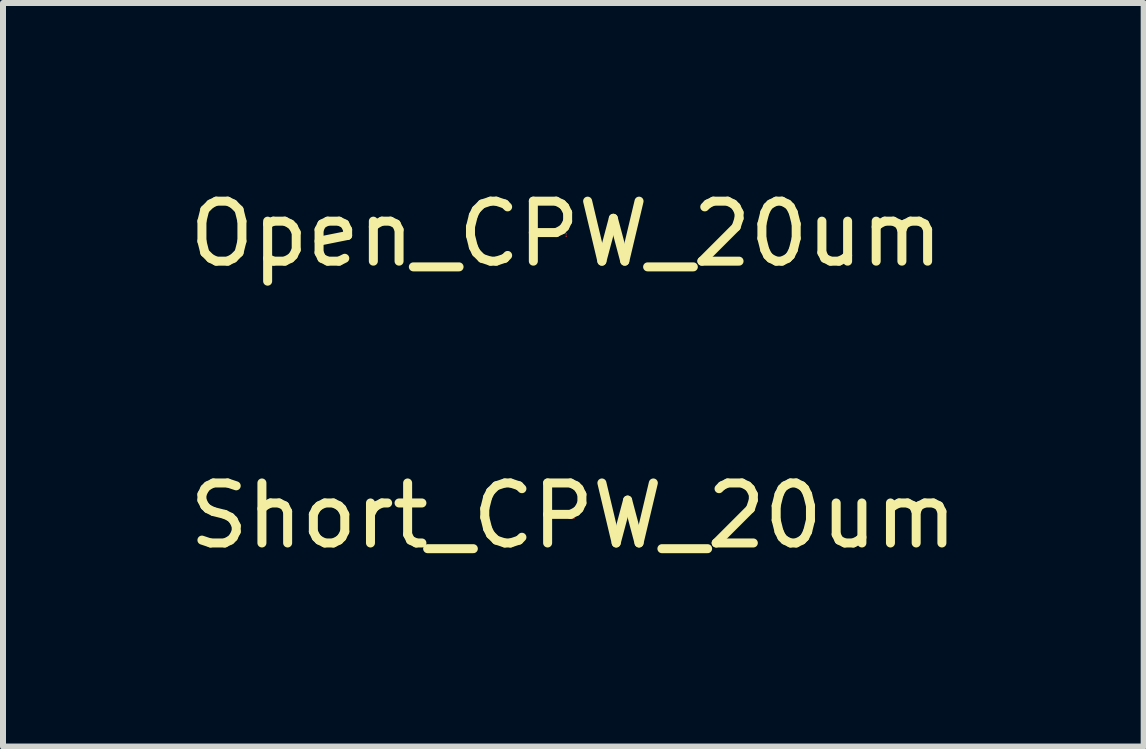
<source format=kicad_pcb>
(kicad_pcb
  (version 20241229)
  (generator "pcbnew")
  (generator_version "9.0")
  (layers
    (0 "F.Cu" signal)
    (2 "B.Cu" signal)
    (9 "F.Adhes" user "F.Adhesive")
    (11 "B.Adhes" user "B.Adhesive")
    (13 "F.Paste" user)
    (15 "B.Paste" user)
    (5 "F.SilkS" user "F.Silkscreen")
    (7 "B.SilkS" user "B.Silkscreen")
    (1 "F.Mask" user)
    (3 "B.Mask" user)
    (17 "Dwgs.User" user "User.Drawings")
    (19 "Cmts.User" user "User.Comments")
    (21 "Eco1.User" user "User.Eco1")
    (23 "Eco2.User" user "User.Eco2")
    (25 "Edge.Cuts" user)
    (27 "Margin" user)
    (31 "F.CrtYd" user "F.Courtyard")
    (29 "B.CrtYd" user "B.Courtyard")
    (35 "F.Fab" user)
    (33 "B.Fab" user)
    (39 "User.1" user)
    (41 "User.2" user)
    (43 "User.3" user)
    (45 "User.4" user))
  (footprint "Short_CPW_20um"
    (layer "F.Cu")
    (at 6.506 5.545)
    (property "Reference" "Short_CPW_20um" (at 0 0 0) (layer "F.SilkS") (effects (font (size 1 1) (thickness 0.15))))
    (attr through_hole)
    (pad "1" smd rect (at 0 0) (size 0.02 0.02) (layers "F.Cu" "F.Mask" "F.Paste"))
    (pad "2" smd rect (at 0 0.03) (size 0.042 0.042) (layers "F.Cu" "F.Mask" "F.Paste")))
  (footprint "Open_CPW_20um"
    (layer "F.Cu")
    (at 6.387 0.848)
    (property "Reference" "Open_CPW_20um" (at 0 0 0) (layer "F.SilkS") (effects (font (size 1 1) (thickness 0.15))))
    (attr through_hole)
    (pad "1" smd rect (at 0 0) (size 0.02 0.02) (layers "F.Cu" "F.Mask" "F.Paste"))
    (pad "2" smd rect (at 0 0.04) (size 0.02 0.02) (layers "F.Cu" "F.Mask" "F.Paste")))
  (gr_rect
    (start -3 -3)
    (end 16.012 9.393)
    (stroke (width 0.1) (type default))
    (fill no)
    (layer "Edge.Cuts")))
</source>
